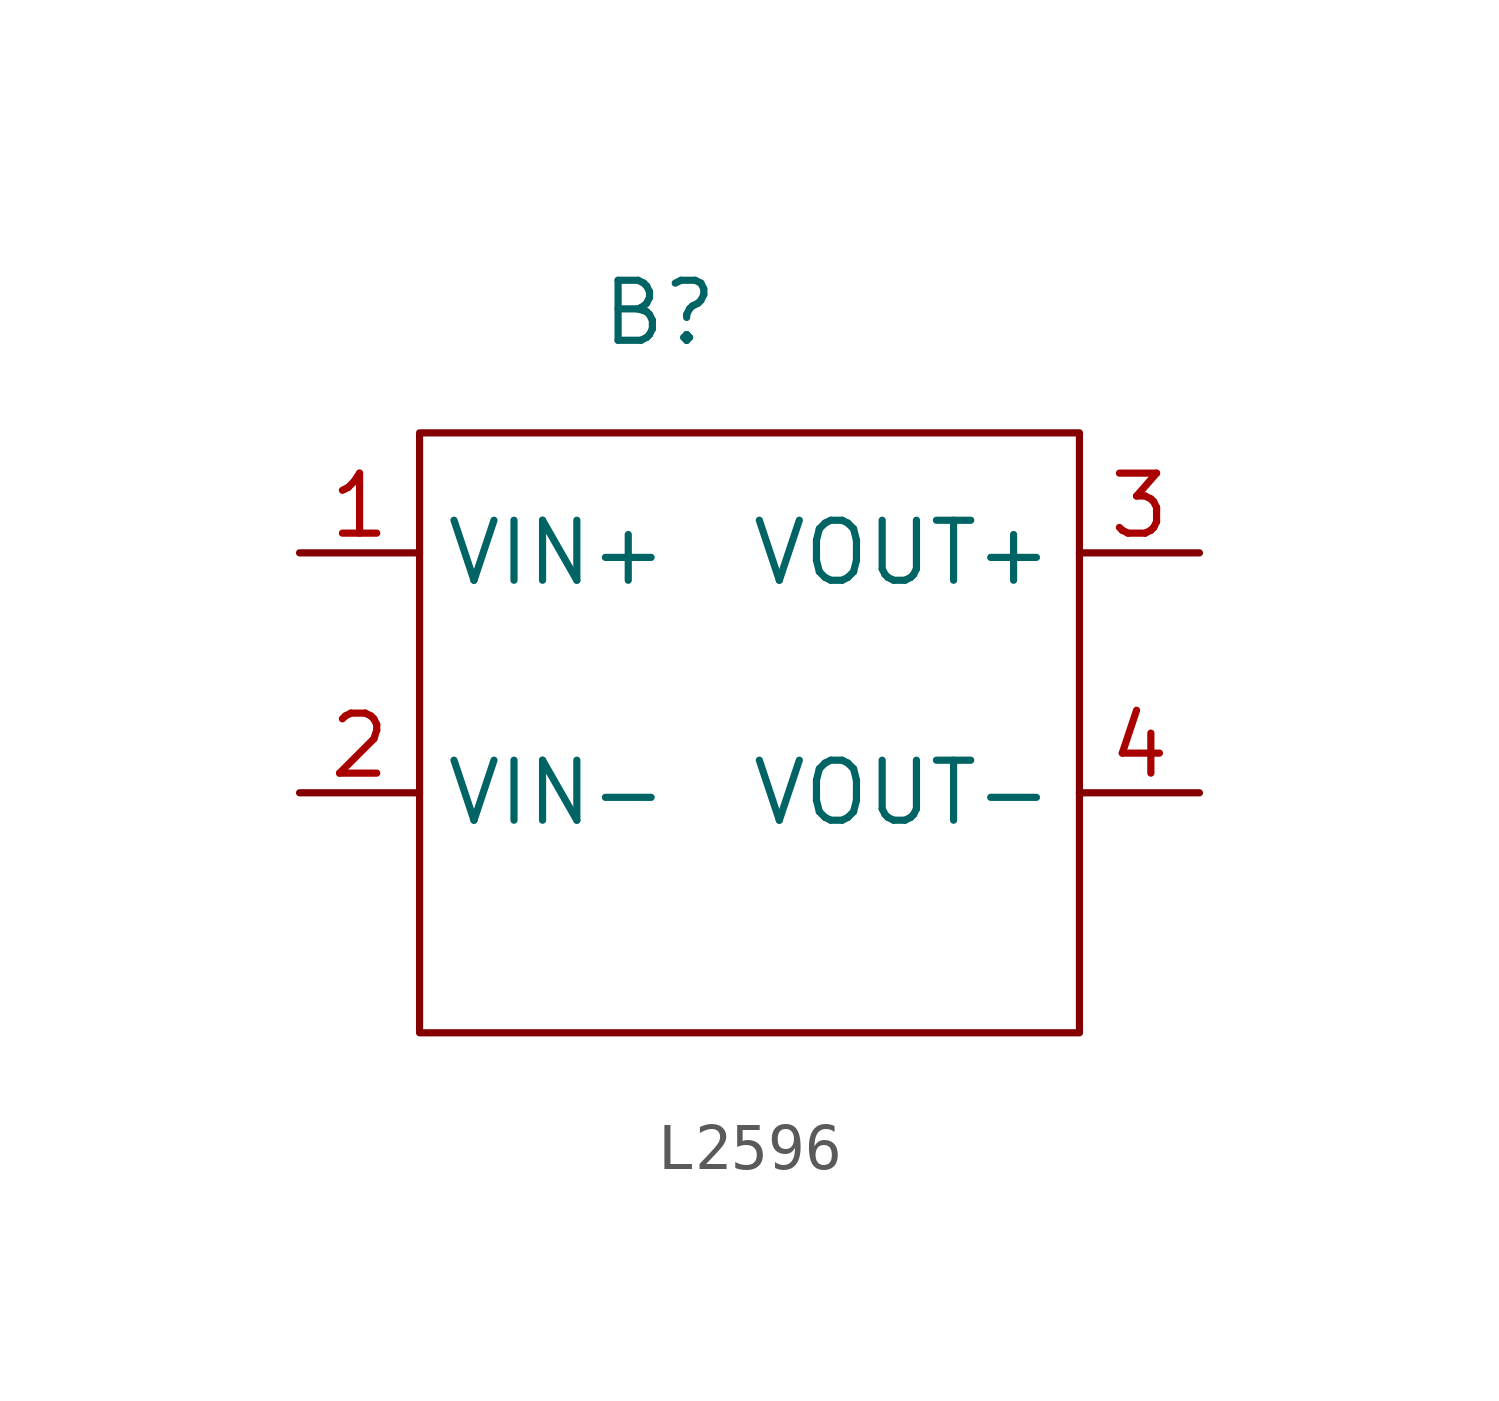
<source format=kicad_sym>
(kicad_symbol_lib
  (version 20231120)
  (generator "kicad_symbol_editor")
  (generator_version "8.0")
  (symbol "L2596"
    (property "Reference" "B"
      (at 0 0 0)
      (effects (font (size 1.27 1.27))))
    (property "Value" ""
      (at 0 0 0)
      (effects (font (size 1.27 1.27))))
    (symbol "L2596_0_1"
      (rectangle (start -5.08 -2.54) (end 8.89 -15.24) (stroke (width 0) (type default)) (fill (type none))))
    (symbol "L2596_1_1"
      (pin input line (at -7.62 -5.08 0) (length 2.54) (name "VIN+" (effects (font (size 1.27 1.27)))) (number "1" (effects (font (size 1.27 1.27)))))
      (pin input line (at -7.62 -10.16 0) (length 2.54) (name "VIN-" (effects (font (size 1.27 1.27)))) (number "2" (effects (font (size 1.27 1.27)))))
      (pin output line (at 11.43 -5.08 180) (length 2.54) (name "VOUT+" (effects (font (size 1.27 1.27)))) (number "3" (effects (font (size 1.27 1.27)))))
      (pin output line (at 11.43 -10.16 180) (length 2.54) (name "VOUT-" (effects (font (size 1.27 1.27)))) (number "4" (effects (font (size 1.27 1.27))))))))
</source>
